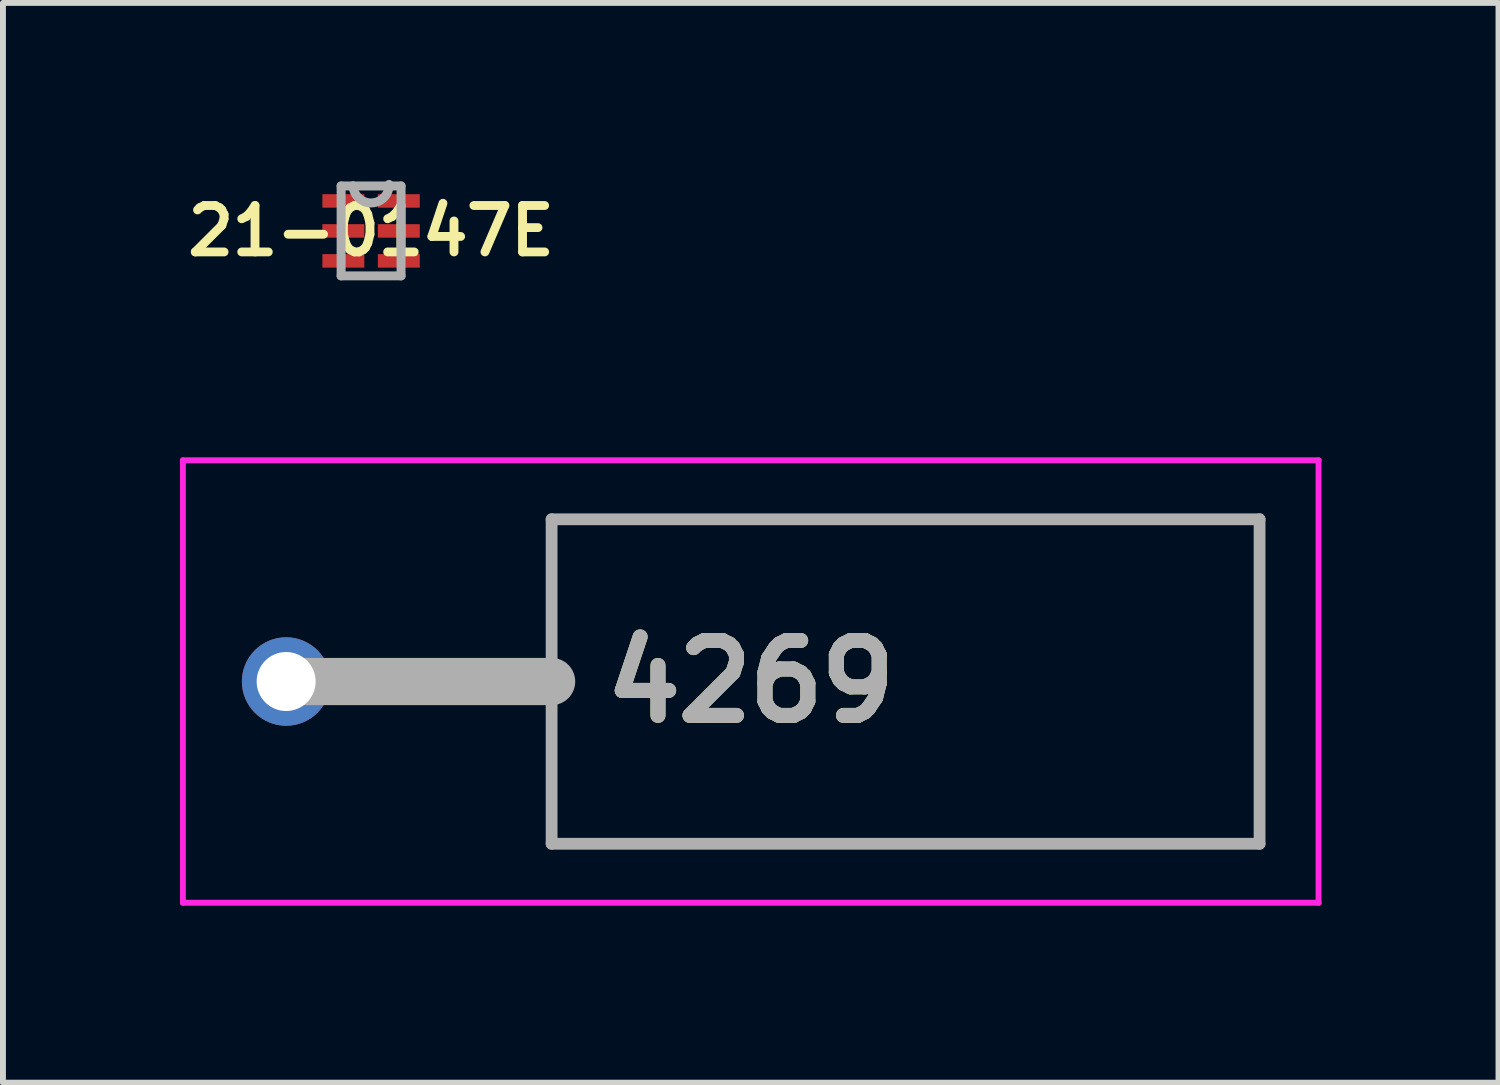
<source format=kicad_pcb>
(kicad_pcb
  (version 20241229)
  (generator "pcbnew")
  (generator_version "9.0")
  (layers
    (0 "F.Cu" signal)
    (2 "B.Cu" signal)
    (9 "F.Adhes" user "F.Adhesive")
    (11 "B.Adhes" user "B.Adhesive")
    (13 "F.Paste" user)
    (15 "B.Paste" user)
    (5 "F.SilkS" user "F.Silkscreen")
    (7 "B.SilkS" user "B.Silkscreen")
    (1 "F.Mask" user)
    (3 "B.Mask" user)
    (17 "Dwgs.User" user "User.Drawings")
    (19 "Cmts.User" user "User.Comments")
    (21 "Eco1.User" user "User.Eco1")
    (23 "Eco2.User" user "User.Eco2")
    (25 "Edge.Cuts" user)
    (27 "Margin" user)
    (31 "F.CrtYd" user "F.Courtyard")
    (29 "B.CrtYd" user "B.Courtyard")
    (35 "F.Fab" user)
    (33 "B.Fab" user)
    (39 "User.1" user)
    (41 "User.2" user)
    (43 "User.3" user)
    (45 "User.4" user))
  (footprint "21-0147E"
    (layer "F.Cu")
    (at 3.24 0.864)
    (property "Reference" "21-0147E" (at 0 0 0) (layer "F.SilkS") (effects (font (size 0.787 0.787) (thickness 0.15))))
    (attr smd)
    (fp_line (start -0.508 -0.762) (end -0.508 0.762) (stroke (width 0.152) (type solid)) (layer "F.Fab"))
    (fp_line (start -0.508 0.762) (end 0.508 0.762) (stroke (width 0.152) (type solid)) (layer "F.Fab"))
    (fp_line (start -0.305 -0.762) (end -0.508 -0.762) (stroke (width 0.152) (type solid)) (layer "F.Fab"))
    (fp_line (start 0.508 -0.762) (end -0.305 -0.762) (stroke (width 0.152) (type solid)) (layer "F.Fab"))
    (fp_line (start 0.508 0.762) (end 0.508 -0.762) (stroke (width 0.152) (type solid)) (layer "F.Fab"))
    (fp_arc (start 0.3048 -0.7874) (mid 0.0127 -0.4699) (end -0.3048 -0.762) (stroke (width 0.1524) (type solid)) (layer "F.Fab"))
    (pad "1" smd rect (at -0.47 -0.508) (size 0.711 0.229) (layers "F.Cu" "F.Mask" "F.Paste"))
    (pad "2" smd rect (at -0.47 0) (size 0.711 0.229) (layers "F.Cu" "F.Mask" "F.Paste"))
    (pad "3" smd rect (at -0.47 0.508) (size 0.711 0.229) (layers "F.Cu" "F.Mask" "F.Paste"))
    (pad "4" smd rect (at 0.47 0.508) (size 0.711 0.229) (layers "F.Cu" "F.Mask" "F.Paste"))
    (pad "5" smd rect (at 0.47 0) (size 0.711 0.229) (layers "F.Cu" "F.Mask" "F.Paste"))
    (pad "6" smd rect (at 0.47 -0.508) (size 0.711 0.229) (layers "F.Cu" "F.Mask" "F.Paste")))
  (footprint "4269"
    (layer "F.Cu")
    (at 1.8 8.502)
    (property "Reference" "4269" (at 7.875 0 0) (layer "F.SilkS") (effects (font (size 1.27 1.27) (thickness 0.254))))
    (attr through_hole)
    (fp_line (start -1.75 -3.75) (end 17.5 -3.75) (stroke (width 0.1) (type solid)) (layer "F.CrtYd"))
    (fp_line (start -1.75 3.75) (end -1.75 -3.75) (stroke (width 0.1) (type solid)) (layer "F.CrtYd"))
    (fp_line (start 17.5 -3.75) (end 17.5 3.75) (stroke (width 0.1) (type solid)) (layer "F.CrtYd"))
    (fp_line (start 17.5 3.75) (end -1.75 3.75) (stroke (width 0.1) (type solid)) (layer "F.CrtYd"))
    (fp_line (start 0 0) (end 4.5 0) (stroke (width 0.8) (type solid)) (layer "F.Fab"))
    (fp_line (start 4.5 -2.75) (end 16.5 -2.75) (stroke (width 0.2) (type solid)) (layer "F.Fab"))
    (fp_line (start 4.5 2.75) (end 4.5 -2.75) (stroke (width 0.2) (type solid)) (layer "F.Fab"))
    (fp_line (start 16.5 -2.75) (end 16.5 2.75) (stroke (width 0.2) (type solid)) (layer "F.Fab"))
    (fp_line (start 16.5 2.75) (end 4.5 2.75) (stroke (width 0.2) (type solid)) (layer "F.Fab"))
    (fp_text user "${REFERENCE}" (at 7.875 0 0) (layer "F.Fab") (effects (font (size 1.27 1.27) (thickness 0.254))))
    (pad "1" thru_hole circle (at 0 0) (size 1.5 1.5) (drill 1) (layers "*.Cu" "*.Mask")))
  (gr_rect
    (start -3 -3)
    (end 22.35 15.302)
    (stroke (width 0.1) (type default))
    (fill no)
    (layer "Edge.Cuts")))
</source>
